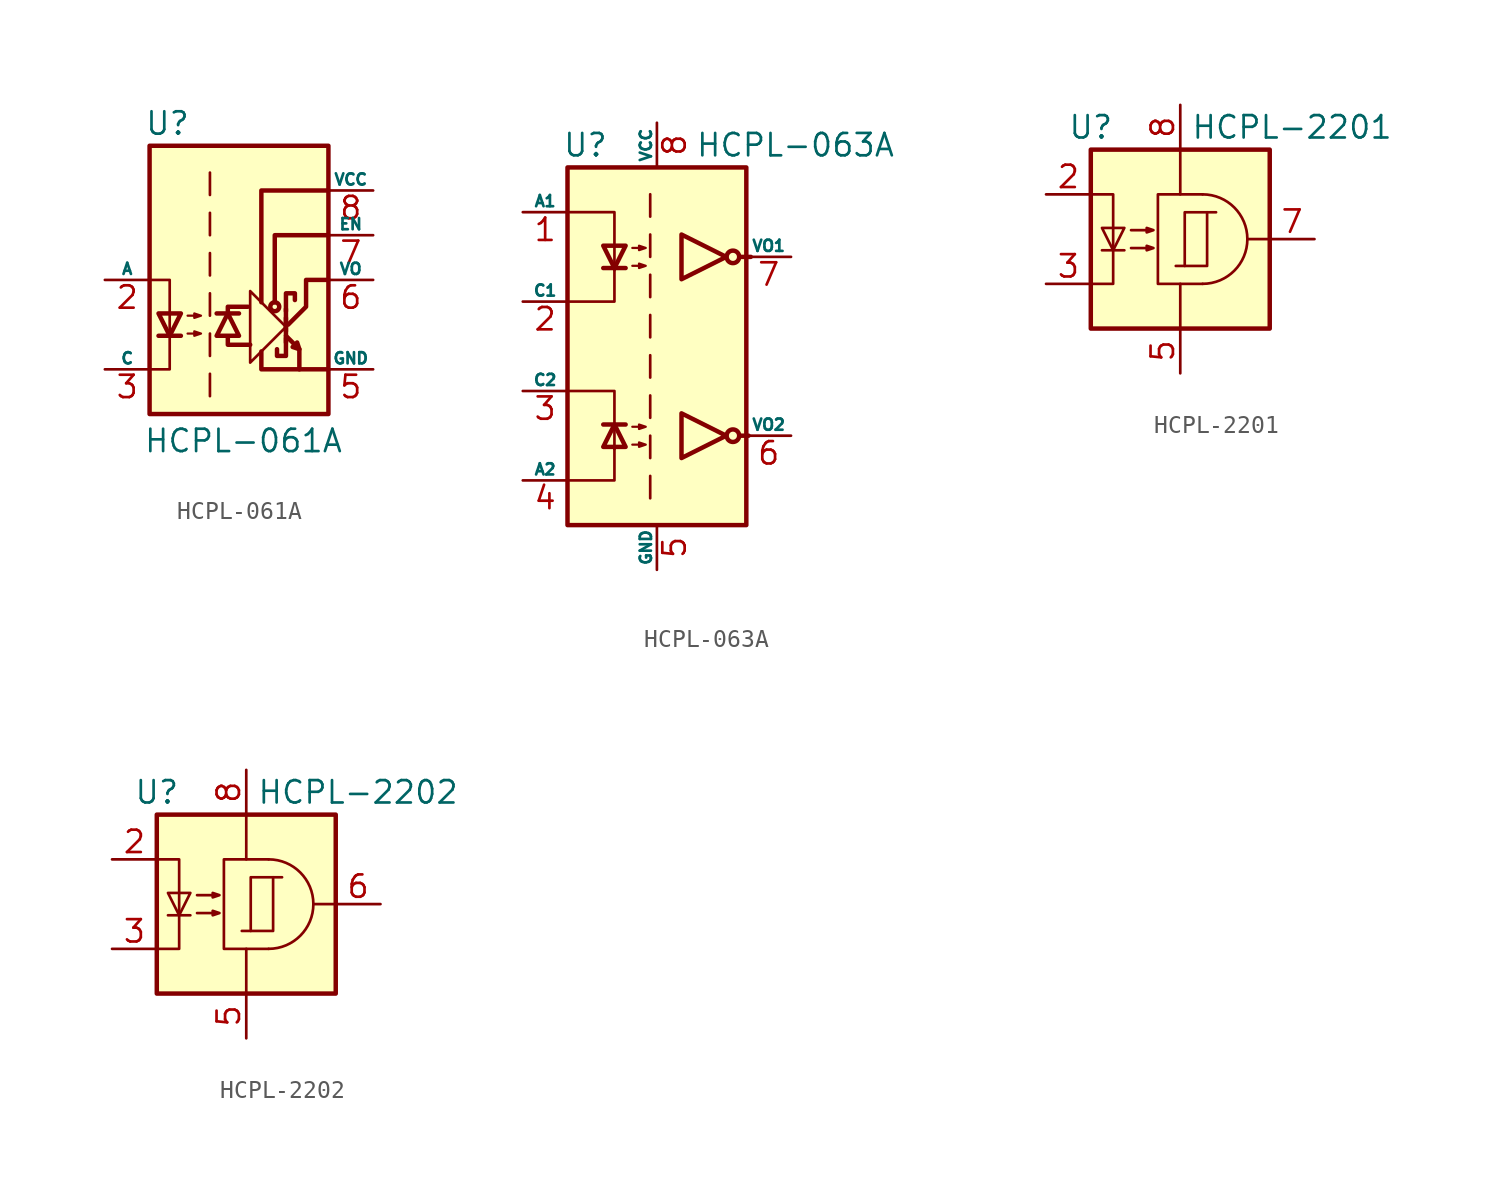
<source format=kicad_sym>
(kicad_symbol_lib
  (version 20201005)
  (generator kicad_symbol_editor)
  (symbol "Isolator_Optocoupler:HCPL-061A"
    (pin_names
      (offset 0))
    (property "Reference" "U"
      (at -4.064 8.89 0)
      (effects (font (size 1.27 1.27))))
    (property "Value" "HCPL-061A"
      (at 0.254 -9.144 0)
      (effects (font (size 1.27 1.27))))
    (symbol "HCPL-061A_0_1"
      (circle (center 2.032 -1.524) (radius 0.254) (stroke (width 0.254)) (fill (type none)))
      (polyline (pts (xy 2.667 -3.556) (xy 2.667 -1.651)) (stroke (width 0.254)) (fill (type none)))
      (polyline (pts (xy 2.667 -2.159) (xy 2.667 -2.921)) (stroke (width 0.254)) (fill (type none)))
      (polyline (pts (xy 3.429 -3.937) (xy 3.429 -5.08)) (stroke (width 0.254)) (fill (type none)))
      (polyline (pts (xy -0.635 -3.302) (xy -0.635 -3.683) (xy 0.635 -3.683)) (stroke (width 0.254)) (fill (type none)))
      (polyline (pts (xy -0.635 -1.905) (xy -0.635 -1.524) (xy 0.508 -1.524)) (stroke (width 0.254)) (fill (type none)))
      (polyline (pts (xy 1.27 -4.064) (xy 1.27 -5.08) (xy 5.08 -5.08)) (stroke (width 0.254)) (fill (type none)))
      (polyline (pts (xy 1.27 -1.27) (xy 1.27 5.08) (xy 5.08 5.08)) (stroke (width 0.254)) (fill (type none)))
      (polyline (pts (xy 2.032 -1.27) (xy 2.032 2.54) (xy 5.08 2.54)) (stroke (width 0.254)) (fill (type none)))
      (polyline (pts (xy -5.08 -5.08) (xy -3.937 -5.08) (xy -3.937 0) (xy -5.08 0)) (stroke (width 0)) (fill (type none)))
      (polyline (pts (xy 2.667 -3.302) (xy 2.667 -4.318) (xy 2.159 -4.318) (xy 2.159 -3.937)) (stroke (width 0.254)) (fill (type none)))
      (polyline (pts (xy 2.667 -2.667) (xy 0.635 -4.699) (xy 0.635 -0.635) (xy 2.667 -2.667)) (stroke (width 0)) (fill (type none)))
      (polyline (pts (xy 2.667 -1.778) (xy 2.667 -0.762) (xy 3.175 -0.762) (xy 3.175 -1.143)) (stroke (width 0.254)) (fill (type none)))
      (polyline (pts (xy 2.794 -2.54) (xy 3.81 -1.524) (xy 3.81 0) (xy 5.08 0)) (stroke (width 0.254)) (fill (type none)))
      (polyline (pts (xy 2.667 -3.175) (xy 3.429 -3.937) (xy 3.302 -3.556) (xy 3.048 -3.81) (xy 3.429 -3.937)) (stroke (width 0.254)) (fill (type none))))
    (symbol "HCPL-061A_1_1"
      (rectangle (start -5.08 7.62) (end 5.08 -7.62) (stroke (width 0.254)) (fill (type background)))
      (polyline (pts (xy -4.572 -3.175) (xy -3.302 -3.175)) (stroke (width 0.254)) (fill (type none)))
      (polyline (pts (xy -1.651 -5.334) (xy -1.651 -6.604)) (stroke (width 0)) (fill (type none)))
      (polyline (pts (xy -1.651 -3.048) (xy -1.651 -4.318)) (stroke (width 0)) (fill (type none)))
      (polyline (pts (xy -1.651 -0.762) (xy -1.651 -2.032)) (stroke (width 0)) (fill (type none)))
      (polyline (pts (xy -1.651 1.524) (xy -1.651 0.254)) (stroke (width 0)) (fill (type none)))
      (polyline (pts (xy -1.651 3.81) (xy -1.651 2.54)) (stroke (width 0)) (fill (type none)))
      (polyline (pts (xy -1.651 6.096) (xy -1.651 4.826)) (stroke (width 0)) (fill (type none)))
      (polyline (pts (xy -1.27 -1.905) (xy 0 -1.905)) (stroke (width 0.254)) (fill (type none)))
      (polyline (pts (xy -3.937 -3.175) (xy -4.572 -1.905) (xy -3.302 -1.905) (xy -3.937 -3.175)) (stroke (width 0.254)) (fill (type none)))
      (polyline (pts (xy -0.635 -1.905) (xy -1.27 -3.175) (xy 0 -3.175) (xy -0.635 -1.905)) (stroke (width 0.254)) (fill (type none)))
      (polyline (pts (xy -2.921 -3.048) (xy -2.159 -3.048) (xy -2.54 -3.175) (xy -2.54 -2.921) (xy -2.159 -3.048)) (stroke (width 0.127)) (fill (type none)))
      (polyline (pts (xy -2.921 -2.032) (xy -2.159 -2.032) (xy -2.54 -2.159) (xy -2.54 -1.905) (xy -2.159 -2.032)) (stroke (width 0.127)) (fill (type none)))
      (pin no_connect line (at -5.08 5.08 0) (length 2.54) hide (name "NC" (effects (font (size 0.635 0.635)))) (number "1" (effects (font (size 1.27 1.27)))))
      (pin passive line (at -7.62 0 0) (length 2.54) (name "A" (effects (font (size 0.635 0.635)))) (number "2" (effects (font (size 1.27 1.27)))))
      (pin passive line (at -7.62 -5.08 0) (length 2.54) (name "C" (effects (font (size 0.635 0.635)))) (number "3" (effects (font (size 1.27 1.27)))))
      (pin power_in line (at 7.62 -5.08 180) (length 2.54) (name "GND" (effects (font (size 0.635 0.635)))) (number "5" (effects (font (size 1.27 1.27)))))
      (pin open_collector line (at 7.62 0 180) (length 2.54) (name "VO" (effects (font (size 0.635 0.635)))) (number "6" (effects (font (size 1.27 1.27)))))
      (pin input line (at 7.62 2.54 180) (length 2.54) (name "EN" (effects (font (size 0.635 0.635)))) (number "7" (effects (font (size 1.27 1.27)))))
      (pin power_in line (at 7.62 5.08 180) (length 2.54) (name "VCC" (effects (font (size 0.635 0.635)))) (number "8" (effects (font (size 1.27 1.27)))))))
  (symbol "Isolator_Optocoupler:HCPL-063A"
    (pin_names
      (offset 0))
    (property "Reference" "U"
      (at -4.064 11.43 0)
      (effects (font (size 1.27 1.27))))
    (property "Value" "HCPL-063A"
      (at 7.874 11.43 0)
      (effects (font (size 1.27 1.27))))
    (symbol "HCPL-063A_0_1"
      (rectangle (start -5.08 10.16) (end 5.08 -10.16) (stroke (width 0.254)) (fill (type background))))
    (symbol "HCPL-063A_1_1"
      (circle (center 4.318 -5.08) (radius 0.356) (stroke (width 0.254)) (fill (type none)))
      (circle (center 4.318 5.08) (radius 0.356) (stroke (width 0.254)) (fill (type none)))
      (polyline (pts (xy -3.048 -4.445) (xy -1.778 -4.445)) (stroke (width 0.254)) (fill (type none)))
      (polyline (pts (xy -3.048 4.445) (xy -1.778 4.445)) (stroke (width 0.254)) (fill (type none)))
      (polyline (pts (xy -0.381 -7.366) (xy -0.381 -8.636)) (stroke (width 0)) (fill (type none)))
      (polyline (pts (xy -0.381 -5.08) (xy -0.381 -6.35)) (stroke (width 0)) (fill (type none)))
      (polyline (pts (xy -0.381 -2.794) (xy -0.381 -4.064)) (stroke (width 0)) (fill (type none)))
      (polyline (pts (xy -0.381 -0.508) (xy -0.381 -1.778)) (stroke (width 0)) (fill (type none)))
      (polyline (pts (xy -0.381 1.778) (xy -0.381 0.508)) (stroke (width 0)) (fill (type none)))
      (polyline (pts (xy -0.381 4.064) (xy -0.381 2.794)) (stroke (width 0)) (fill (type none)))
      (polyline (pts (xy -0.381 6.35) (xy -0.381 5.08)) (stroke (width 0)) (fill (type none)))
      (polyline (pts (xy -0.381 8.636) (xy -0.381 7.366)) (stroke (width 0)) (fill (type none)))
      (polyline (pts (xy 4.699 -5.08) (xy 5.207 -5.08)) (stroke (width 0.254)) (fill (type none)))
      (polyline (pts (xy 4.699 5.08) (xy 5.334 5.08)) (stroke (width 0.254)) (fill (type none)))
      (polyline (pts (xy -4.953 -7.62) (xy -2.413 -7.62) (xy -2.413 -5.715)) (stroke (width 0)) (fill (type none)))
      (polyline (pts (xy -4.953 7.62) (xy -2.413 7.62) (xy -2.413 4.318)) (stroke (width 0)) (fill (type none)))
      (polyline (pts (xy -2.413 -5.842) (xy -2.413 -2.54) (xy -4.953 -2.54)) (stroke (width 0)) (fill (type none)))
      (polyline (pts (xy -2.413 4.445) (xy -2.413 2.54) (xy -4.953 2.54)) (stroke (width 0)) (fill (type none)))
      (polyline (pts (xy -2.413 -4.445) (xy -3.048 -5.715) (xy -1.778 -5.715) (xy -2.413 -4.445)) (stroke (width 0.254)) (fill (type none)))
      (polyline (pts (xy -2.413 4.445) (xy -3.048 5.715) (xy -1.778 5.715) (xy -2.413 4.445)) (stroke (width 0.254)) (fill (type none)))
      (polyline (pts (xy 3.937 -5.08) (xy 1.397 -3.81) (xy 1.397 -6.35) (xy 3.937 -5.08)) (stroke (width 0.254)) (fill (type none)))
      (polyline (pts (xy 3.937 5.08) (xy 1.397 6.35) (xy 1.397 3.81) (xy 3.937 5.08)) (stroke (width 0.254)) (fill (type none)))
      (polyline (pts (xy -1.397 -5.588) (xy -0.635 -5.588) (xy -1.016 -5.715) (xy -1.016 -5.461) (xy -0.635 -5.588)) (stroke (width 0.127)) (fill (type none)))
      (polyline (pts (xy -1.397 -4.572) (xy -0.635 -4.572) (xy -1.016 -4.699) (xy -1.016 -4.445) (xy -0.635 -4.572)) (stroke (width 0.127)) (fill (type none)))
      (polyline (pts (xy -1.397 4.572) (xy -0.635 4.572) (xy -1.016 4.445) (xy -1.016 4.699) (xy -0.635 4.572)) (stroke (width 0.127)) (fill (type none)))
      (polyline (pts (xy -1.397 5.588) (xy -0.635 5.588) (xy -1.016 5.461) (xy -1.016 5.715) (xy -0.635 5.588)) (stroke (width 0.127)) (fill (type none)))
      (pin passive line (at -7.62 7.62 0) (length 2.54) (name "A1" (effects (font (size 0.635 0.635)))) (number "1" (effects (font (size 1.27 1.27)))))
      (pin passive line (at -7.62 2.54 0) (length 2.54) (name "C1" (effects (font (size 0.635 0.635)))) (number "2" (effects (font (size 1.27 1.27)))))
      (pin passive line (at -7.62 -2.54 0) (length 2.54) (name "C2" (effects (font (size 0.635 0.635)))) (number "3" (effects (font (size 1.27 1.27)))))
      (pin passive line (at -7.62 -7.62 0) (length 2.54) (name "A2" (effects (font (size 0.635 0.635)))) (number "4" (effects (font (size 1.27 1.27)))))
      (pin power_in line (at 0 -12.7 90) (length 2.54) (name "GND" (effects (font (size 0.635 0.635)))) (number "5" (effects (font (size 1.27 1.27)))))
      (pin open_collector line (at 7.62 -5.08 180) (length 2.54) (name "VO2" (effects (font (size 0.635 0.635)))) (number "6" (effects (font (size 1.27 1.27)))))
      (pin open_collector line (at 7.62 5.08 180) (length 2.54) (name "VO1" (effects (font (size 0.635 0.635)))) (number "7" (effects (font (size 1.27 1.27)))))
      (pin power_in line (at 0 12.7 270) (length 2.54) (name "VCC" (effects (font (size 0.635 0.635)))) (number "8" (effects (font (size 1.27 1.27)))))))
  (symbol "Isolator_Optocoupler:HCPL-2201"
    (property "Reference" "U"
      (at -5.08 6.35 0)
      (effects (font (size 1.27 1.27))))
    (property "Value" "HCPL-2201"
      (at 6.35 6.35 0)
      (effects (font (size 1.27 1.27))))
    (symbol "HCPL-2201_0_1"
      (polyline (pts (xy 5.08 0) (xy 3.81 0)) (stroke (width 0)) (fill (type none))))
    (symbol "HCPL-2201_1_1"
      (arc (start 1.27 -2.54) (end 1.27 2.54) (radius (at 1.27 0) (length 2.54) (angles -89.9 89.9)) (stroke (width 0)) (fill (type none)))
      (rectangle (start 0.254 1.524) (end 1.524 -1.524) (stroke (width 0)) (fill (type none)))
      (rectangle (start -5.08 5.08) (end 5.08 -5.08) (stroke (width 0.254)) (fill (type background)))
      (polyline (pts (xy -4.445 -0.635) (xy -3.175 -0.635)) (stroke (width 0)) (fill (type none)))
      (polyline (pts (xy 0 2.54) (xy 0 5.08)) (stroke (width 0)) (fill (type none)))
      (polyline (pts (xy 0.254 -1.524) (xy -0.254 -1.524)) (stroke (width 0)) (fill (type none)))
      (polyline (pts (xy 1.524 1.524) (xy 2.032 1.524)) (stroke (width 0)) (fill (type none)))
      (polyline (pts (xy 0 -2.54) (xy 0 -5.08) (xy 0 -3.81)) (stroke (width 0)) (fill (type none)))
      (polyline (pts (xy -5.08 -2.54) (xy -3.81 -2.54) (xy -3.81 2.54) (xy -5.08 2.54)) (stroke (width 0)) (fill (type none)))
      (polyline (pts (xy -3.81 -0.635) (xy -4.445 0.635) (xy -3.175 0.635) (xy -3.81 -0.635)) (stroke (width 0)) (fill (type none)))
      (polyline (pts (xy 1.27 -2.54) (xy -1.27 -2.54) (xy -1.27 2.54) (xy 1.27 2.54)) (stroke (width 0)) (fill (type none)))
      (polyline (pts (xy -2.794 -0.508) (xy -1.524 -0.508) (xy -1.905 -0.635) (xy -1.905 -0.381) (xy -1.524 -0.508)) (stroke (width 0)) (fill (type none)))
      (polyline (pts (xy -2.794 0.508) (xy -1.524 0.508) (xy -1.905 0.381) (xy -1.905 0.635) (xy -1.524 0.508)) (stroke (width 0)) (fill (type none)))
      (pin no_connect line (at -5.08 0 0) (length 2.54) hide (name "~" (effects (font (size 1.27 1.27)))) (number "1" (effects (font (size 1.27 1.27)))))
      (pin passive line (at -7.62 2.54 0) (length 2.54) (name "~" (effects (font (size 1.27 1.27)))) (number "2" (effects (font (size 1.27 1.27)))))
      (pin passive line (at -7.62 -2.54 0) (length 2.54) (name "~" (effects (font (size 1.27 1.27)))) (number "3" (effects (font (size 1.27 1.27)))))
      (pin no_connect line (at -5.08 -5.08 0) (length 2.54) hide (name "~" (effects (font (size 1.27 1.27)))) (number "4" (effects (font (size 1.27 1.27)))))
      (pin power_in line (at 0 -7.62 90) (length 2.54) (name "~" (effects (font (size 1.27 1.27)))) (number "5" (effects (font (size 1.27 1.27)))))
      (pin no_connect line (at 5.08 -2.54 180) (length 2.54) hide (name "~" (effects (font (size 1.27 1.27)))) (number "6" (effects (font (size 1.27 1.27)))))
      (pin output line (at 7.62 0 180) (length 2.54) (name "~" (effects (font (size 1.27 1.27)))) (number "7" (effects (font (size 1.27 1.27)))))
      (pin power_in line (at 0 7.62 270) (length 2.54) (name "~" (effects (font (size 1.27 1.27)))) (number "8" (effects (font (size 1.27 1.27)))))))
  (symbol "Isolator_Optocoupler:HCPL-2202"
    (property "Reference" "U"
      (at -5.08 6.35 0)
      (effects (font (size 1.27 1.27))))
    (property "Value" "HCPL-2202"
      (at 6.35 6.35 0)
      (effects (font (size 1.27 1.27))))
    (symbol "HCPL-2202_0_1"
      (polyline (pts (xy 5.08 0) (xy 3.81 0)) (stroke (width 0)) (fill (type none))))
    (symbol "HCPL-2202_1_1"
      (arc (start 1.27 -2.54) (end 1.27 2.54) (radius (at 1.27 0) (length 2.54) (angles -89.9 89.9)) (stroke (width 0)) (fill (type none)))
      (rectangle (start 0.254 1.524) (end 1.524 -1.524) (stroke (width 0)) (fill (type none)))
      (rectangle (start -5.08 5.08) (end 5.08 -5.08) (stroke (width 0.254)) (fill (type background)))
      (polyline (pts (xy -4.445 -0.635) (xy -3.175 -0.635)) (stroke (width 0)) (fill (type none)))
      (polyline (pts (xy 0 2.54) (xy 0 5.08)) (stroke (width 0)) (fill (type none)))
      (polyline (pts (xy 0.254 -1.524) (xy -0.254 -1.524)) (stroke (width 0)) (fill (type none)))
      (polyline (pts (xy 1.524 1.524) (xy 2.032 1.524)) (stroke (width 0)) (fill (type none)))
      (polyline (pts (xy 0 -2.54) (xy 0 -5.08) (xy 0 -3.81)) (stroke (width 0)) (fill (type none)))
      (polyline (pts (xy -5.08 -2.54) (xy -3.81 -2.54) (xy -3.81 2.54) (xy -5.08 2.54)) (stroke (width 0)) (fill (type none)))
      (polyline (pts (xy -3.81 -0.635) (xy -4.445 0.635) (xy -3.175 0.635) (xy -3.81 -0.635)) (stroke (width 0)) (fill (type none)))
      (polyline (pts (xy 1.27 -2.54) (xy -1.27 -2.54) (xy -1.27 2.54) (xy 1.27 2.54)) (stroke (width 0)) (fill (type none)))
      (polyline (pts (xy -2.794 -0.508) (xy -1.524 -0.508) (xy -1.905 -0.635) (xy -1.905 -0.381) (xy -1.524 -0.508)) (stroke (width 0)) (fill (type none)))
      (polyline (pts (xy -2.794 0.508) (xy -1.524 0.508) (xy -1.905 0.381) (xy -1.905 0.635) (xy -1.524 0.508)) (stroke (width 0)) (fill (type none)))
      (pin no_connect line (at -5.08 0 0) (length 2.54) hide (name "~" (effects (font (size 1.27 1.27)))) (number "1" (effects (font (size 1.27 1.27)))))
      (pin passive line (at -7.62 2.54 0) (length 2.54) (name "~" (effects (font (size 1.27 1.27)))) (number "2" (effects (font (size 1.27 1.27)))))
      (pin passive line (at -7.62 -2.54 0) (length 2.54) (name "~" (effects (font (size 1.27 1.27)))) (number "3" (effects (font (size 1.27 1.27)))))
      (pin no_connect line (at -5.08 -5.08 0) (length 2.54) hide (name "~" (effects (font (size 1.27 1.27)))) (number "4" (effects (font (size 1.27 1.27)))))
      (pin power_in line (at 0 -7.62 90) (length 2.54) (name "~" (effects (font (size 1.27 1.27)))) (number "5" (effects (font (size 1.27 1.27)))))
      (pin output line (at 7.62 0 180) (length 2.54) (name "~" (effects (font (size 1.27 1.27)))) (number "6" (effects (font (size 1.27 1.27)))))
      (pin no_connect line (at 5.08 -2.54 180) (length 2.54) hide (name "~" (effects (font (size 1.27 1.27)))) (number "7" (effects (font (size 1.27 1.27)))))
      (pin power_in line (at 0 7.62 270) (length 2.54) (name "~" (effects (font (size 1.27 1.27)))) (number "8" (effects (font (size 1.27 1.27))))))))
</source>
